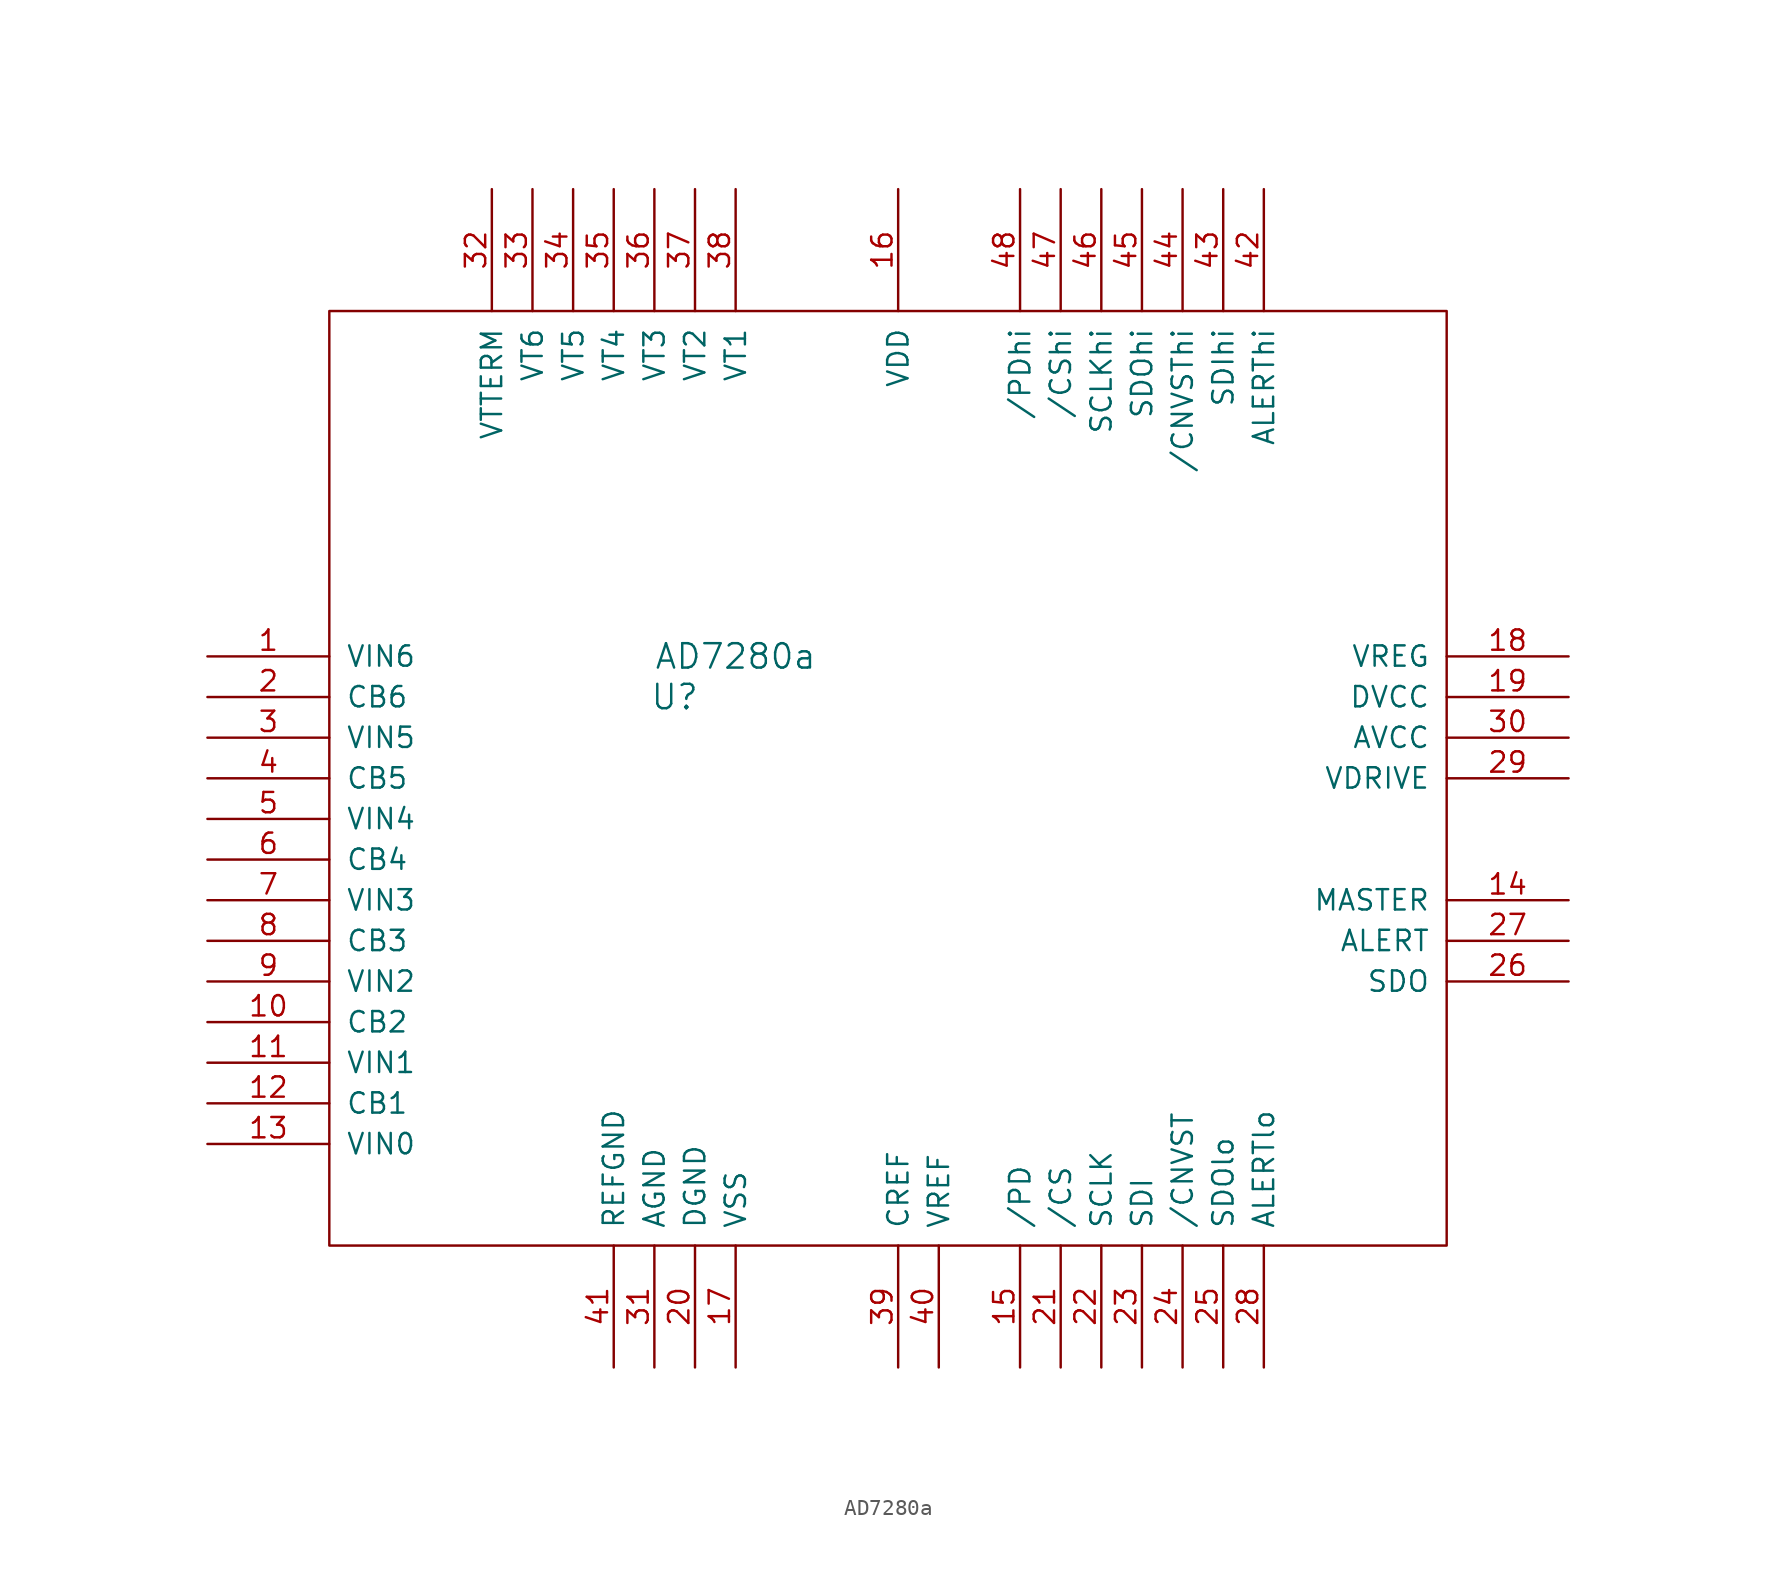
<source format=kicad_sym>
(kicad_symbol_lib
  (version 20241209)
  (generator "kicad_symbol_editor")
  (generator_version "9.0")
  (symbol "AD7280a"
    (pin_names
      (offset 1.016))
    (property "Reference" "U"
      (at -3.81 -2.54 0)
      (effects (font (size 1.524 1.524))))
    (property "Value" "AD7280a"
      (at 0 0 0)
      (effects (font (size 1.524 1.524))))
    (symbol "AD7280a_0_1"
      (rectangle (start -25.4 21.59) (end 44.45 -36.83) (stroke (width 0) (type solid)) (fill (type none))))
    (symbol "AD7280a_1_1"
      (pin input line (at -33.02 0 0) (length 7.62) (name "VIN6" (effects (font (size 1.27 1.27)))) (number "1" (effects (font (size 1.27 1.27)))))
      (pin output line (at -33.02 -2.54 0) (length 7.62) (name "CB6" (effects (font (size 1.27 1.27)))) (number "2" (effects (font (size 1.27 1.27)))))
      (pin input line (at -33.02 -5.08 0) (length 7.62) (name "VIN5" (effects (font (size 1.27 1.27)))) (number "3" (effects (font (size 1.27 1.27)))))
      (pin output line (at -33.02 -7.62 0) (length 7.62) (name "CB5" (effects (font (size 1.27 1.27)))) (number "4" (effects (font (size 1.27 1.27)))))
      (pin input line (at -33.02 -10.16 0) (length 7.62) (name "VIN4" (effects (font (size 1.27 1.27)))) (number "5" (effects (font (size 1.27 1.27)))))
      (pin output line (at -33.02 -12.7 0) (length 7.62) (name "CB4" (effects (font (size 1.27 1.27)))) (number "6" (effects (font (size 1.27 1.27)))))
      (pin input line (at -33.02 -15.24 0) (length 7.62) (name "VIN3" (effects (font (size 1.27 1.27)))) (number "7" (effects (font (size 1.27 1.27)))))
      (pin output line (at -33.02 -17.78 0) (length 7.62) (name "CB3" (effects (font (size 1.27 1.27)))) (number "8" (effects (font (size 1.27 1.27)))))
      (pin input line (at -33.02 -20.32 0) (length 7.62) (name "VIN2" (effects (font (size 1.27 1.27)))) (number "9" (effects (font (size 1.27 1.27)))))
      (pin output line (at -33.02 -22.86 0) (length 7.62) (name "CB2" (effects (font (size 1.27 1.27)))) (number "10" (effects (font (size 1.27 1.27)))))
      (pin input line (at -33.02 -25.4 0) (length 7.62) (name "VIN1" (effects (font (size 1.27 1.27)))) (number "11" (effects (font (size 1.27 1.27)))))
      (pin output line (at -33.02 -27.94 0) (length 7.62) (name "CB1" (effects (font (size 1.27 1.27)))) (number "12" (effects (font (size 1.27 1.27)))))
      (pin input line (at -33.02 -30.48 0) (length 7.62) (name "VIN0" (effects (font (size 1.27 1.27)))) (number "13" (effects (font (size 1.27 1.27)))))
      (pin input line (at -15.24 29.21 270) (length 7.62) (name "VTTERM" (effects (font (size 1.27 1.27)))) (number "32" (effects (font (size 1.27 1.27)))))
      (pin input line (at -12.7 29.21 270) (length 7.62) (name "VT6" (effects (font (size 1.27 1.27)))) (number "33" (effects (font (size 1.27 1.27)))))
      (pin input line (at -10.16 29.21 270) (length 7.62) (name "VT5" (effects (font (size 1.27 1.27)))) (number "34" (effects (font (size 1.27 1.27)))))
      (pin input line (at -7.62 29.21 270) (length 7.62) (name "VT4" (effects (font (size 1.27 1.27)))) (number "35" (effects (font (size 1.27 1.27)))))
      (pin power_in line (at -7.62 -44.45 90) (length 7.62) (name "REFGND" (effects (font (size 1.27 1.27)))) (number "41" (effects (font (size 1.27 1.27)))))
      (pin input line (at -5.08 29.21 270) (length 7.62) (name "VT3" (effects (font (size 1.27 1.27)))) (number "36" (effects (font (size 1.27 1.27)))))
      (pin power_in line (at -5.08 -44.45 90) (length 7.62) (name "AGND" (effects (font (size 1.27 1.27)))) (number "31" (effects (font (size 1.27 1.27)))))
      (pin input line (at -2.54 29.21 270) (length 7.62) (name "VT2" (effects (font (size 1.27 1.27)))) (number "37" (effects (font (size 1.27 1.27)))))
      (pin power_in line (at -2.54 -44.45 90) (length 7.62) (name "DGND" (effects (font (size 1.27 1.27)))) (number "20" (effects (font (size 1.27 1.27)))))
      (pin input line (at 0 29.21 270) (length 7.62) (name "VT1" (effects (font (size 1.27 1.27)))) (number "38" (effects (font (size 1.27 1.27)))))
      (pin power_in line (at 0 -44.45 90) (length 7.62) (name "VSS" (effects (font (size 1.27 1.27)))) (number "17" (effects (font (size 1.27 1.27)))))
      (pin power_in line (at 10.16 29.21 270) (length 7.62) (name "VDD" (effects (font (size 1.27 1.27)))) (number "16" (effects (font (size 1.27 1.27)))))
      (pin output line (at 10.16 -44.45 90) (length 7.62) (name "CREF" (effects (font (size 1.27 1.27)))) (number "39" (effects (font (size 1.27 1.27)))))
      (pin output line (at 12.7 -44.45 90) (length 7.62) (name "VREF" (effects (font (size 1.27 1.27)))) (number "40" (effects (font (size 1.27 1.27)))))
      (pin output line (at 17.78 29.21 270) (length 7.62) (name "/PDhi" (effects (font (size 1.27 1.27)))) (number "48" (effects (font (size 1.27 1.27)))))
      (pin input line (at 17.78 -44.45 90) (length 7.62) (name "/PD" (effects (font (size 1.27 1.27)))) (number "15" (effects (font (size 1.27 1.27)))))
      (pin output line (at 20.32 29.21 270) (length 7.62) (name "/CShi" (effects (font (size 1.27 1.27)))) (number "47" (effects (font (size 1.27 1.27)))))
      (pin input line (at 20.32 -44.45 90) (length 7.62) (name "/CS" (effects (font (size 1.27 1.27)))) (number "21" (effects (font (size 1.27 1.27)))))
      (pin output line (at 22.86 29.21 270) (length 7.62) (name "SCLKhi" (effects (font (size 1.27 1.27)))) (number "46" (effects (font (size 1.27 1.27)))))
      (pin input line (at 22.86 -44.45 90) (length 7.62) (name "SCLK" (effects (font (size 1.27 1.27)))) (number "22" (effects (font (size 1.27 1.27)))))
      (pin output line (at 25.4 29.21 270) (length 7.62) (name "SDOhi" (effects (font (size 1.27 1.27)))) (number "45" (effects (font (size 1.27 1.27)))))
      (pin input line (at 25.4 -44.45 90) (length 7.62) (name "SDI" (effects (font (size 1.27 1.27)))) (number "23" (effects (font (size 1.27 1.27)))))
      (pin output line (at 27.94 29.21 270) (length 7.62) (name "/CNVSThi" (effects (font (size 1.27 1.27)))) (number "44" (effects (font (size 1.27 1.27)))))
      (pin input line (at 27.94 -44.45 90) (length 7.62) (name "/CNVST" (effects (font (size 1.27 1.27)))) (number "24" (effects (font (size 1.27 1.27)))))
      (pin output line (at 30.48 29.21 270) (length 7.62) (name "SDIhi" (effects (font (size 1.27 1.27)))) (number "43" (effects (font (size 1.27 1.27)))))
      (pin output line (at 30.48 -44.45 90) (length 7.62) (name "SDOlo" (effects (font (size 1.27 1.27)))) (number "25" (effects (font (size 1.27 1.27)))))
      (pin output line (at 33.02 29.21 270) (length 7.62) (name "ALERThi" (effects (font (size 1.27 1.27)))) (number "42" (effects (font (size 1.27 1.27)))))
      (pin output line (at 33.02 -44.45 90) (length 7.62) (name "ALERTlo" (effects (font (size 1.27 1.27)))) (number "28" (effects (font (size 1.27 1.27)))))
      (pin power_out line (at 52.07 0 180) (length 7.62) (name "VREG" (effects (font (size 1.27 1.27)))) (number "18" (effects (font (size 1.27 1.27)))))
      (pin power_in line (at 52.07 -2.54 180) (length 7.62) (name "DVCC" (effects (font (size 1.27 1.27)))) (number "19" (effects (font (size 1.27 1.27)))))
      (pin power_in line (at 52.07 -5.08 180) (length 7.62) (name "AVCC" (effects (font (size 1.27 1.27)))) (number "30" (effects (font (size 1.27 1.27)))))
      (pin power_in line (at 52.07 -7.62 180) (length 7.62) (name "VDRIVE" (effects (font (size 1.27 1.27)))) (number "29" (effects (font (size 1.27 1.27)))))
      (pin bidirectional line (at 52.07 -15.24 180) (length 7.62) (name "MASTER" (effects (font (size 1.27 1.27)))) (number "14" (effects (font (size 1.27 1.27)))))
      (pin output line (at 52.07 -17.78 180) (length 7.62) (name "ALERT" (effects (font (size 1.27 1.27)))) (number "27" (effects (font (size 1.27 1.27)))))
      (pin output line (at 52.07 -20.32 180) (length 7.62) (name "SDO" (effects (font (size 1.27 1.27)))) (number "26" (effects (font (size 1.27 1.27))))))))
</source>
